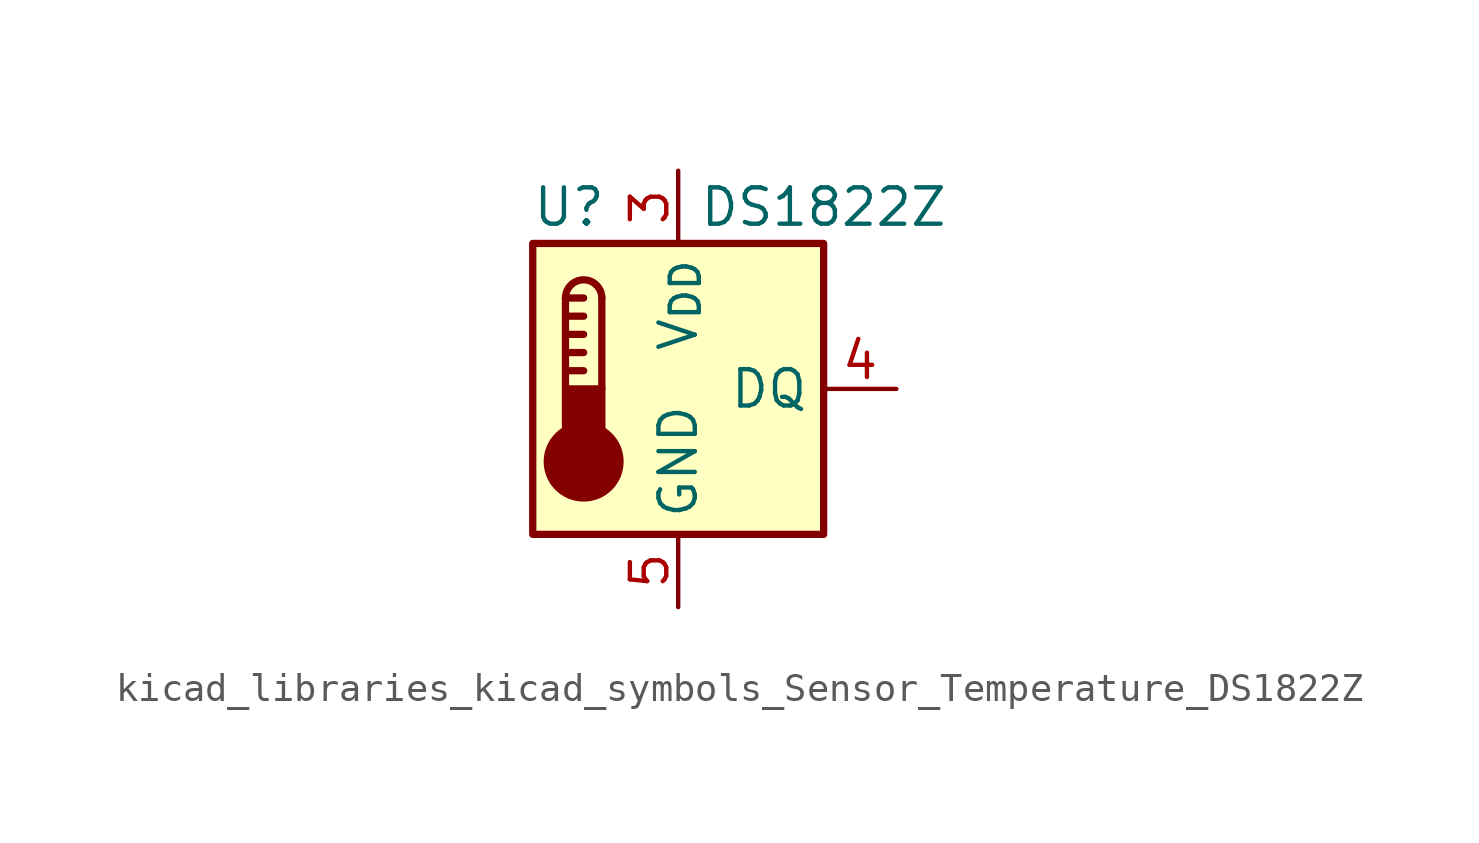
<source format=kicad_sym>
(kicad_symbol_lib
  (version 20220914)
  (generator kicad_symbol_editor)
  (symbol "kicad_libraries_kicad_symbols_Sensor_Temperature_DS1822Z"
    (property "Reference" "U"
      (at -3.81 6.35 0)
      (effects (font (size 1.27 1.27))))
    (property "Value" "DS1822Z"
      (at 5.08 6.35 0)
      (effects (font (size 1.27 1.27))))
    (symbol "kicad_libraries_kicad_symbols_Sensor_Temperature_DS1822Z_0_1"
      (rectangle (start -5.08 5.08) (end 5.08 -5.08) (stroke (width 0.254) (type default)) (fill (type background)))
      (circle (center -3.302 -2.54) (radius 1.27) (stroke (width 0.254) (type default)) (fill (type outline)))
      (rectangle (start -2.667 -1.905) (end -3.937 0) (stroke (width 0.254) (type default)) (fill (type outline)))
      (arc (start -2.667 3.175) (mid -3.302 3.8073) (end -3.937 3.175) (stroke (width 0.254) (type default)) (fill (type none)))
      (polyline (pts (xy -3.937 0.635) (xy -3.302 0.635)) (stroke (width 0.254) (type default)) (fill (type none)))
      (polyline (pts (xy -3.937 1.27) (xy -3.302 1.27)) (stroke (width 0.254) (type default)) (fill (type none)))
      (polyline (pts (xy -3.937 1.905) (xy -3.302 1.905)) (stroke (width 0.254) (type default)) (fill (type none)))
      (polyline (pts (xy -3.937 2.54) (xy -3.302 2.54)) (stroke (width 0.254) (type default)) (fill (type none)))
      (polyline (pts (xy -3.937 3.175) (xy -3.937 0)) (stroke (width 0.254) (type default)) (fill (type none)))
      (polyline (pts (xy -3.937 3.175) (xy -3.302 3.175)) (stroke (width 0.254) (type default)) (fill (type none)))
      (polyline (pts (xy -2.667 3.175) (xy -2.667 0)) (stroke (width 0.254) (type default)) (fill (type none))))
    (symbol "kicad_libraries_kicad_symbols_Sensor_Temperature_DS1822Z_1_1"
      (pin no_connect line (at -5.08 2.54 0) (length 2.54) hide (name "NC" (effects (font (size 1.27 1.27)))) (number "1" (effects (font (size 1.27 1.27)))))
      (pin no_connect line (at -5.08 0 0) (length 2.54) hide (name "NC" (effects (font (size 1.27 1.27)))) (number "2" (effects (font (size 1.27 1.27)))))
      (pin power_in line (at 0 7.62 270) (length 2.54) (name "V_{DD}" (effects (font (size 1.27 1.27)))) (number "3" (effects (font (size 1.27 1.27)))))
      (pin bidirectional line (at 7.62 0 180) (length 2.54) (name "DQ" (effects (font (size 1.27 1.27)))) (number "4" (effects (font (size 1.27 1.27)))))
      (pin power_in line (at 0 -7.62 90) (length 2.54) (name "GND" (effects (font (size 1.27 1.27)))) (number "5" (effects (font (size 1.27 1.27)))))
      (pin no_connect line (at -5.08 -2.54 0) (length 2.54) hide (name "NC" (effects (font (size 1.27 1.27)))) (number "6" (effects (font (size 1.27 1.27)))))
      (pin no_connect line (at 5.08 2.54 180) (length 2.54) hide (name "NC" (effects (font (size 1.27 1.27)))) (number "7" (effects (font (size 1.27 1.27)))))
      (pin no_connect line (at 5.08 -2.54 180) (length 2.54) hide (name "NC" (effects (font (size 1.27 1.27)))) (number "8" (effects (font (size 1.27 1.27))))))))
</source>
